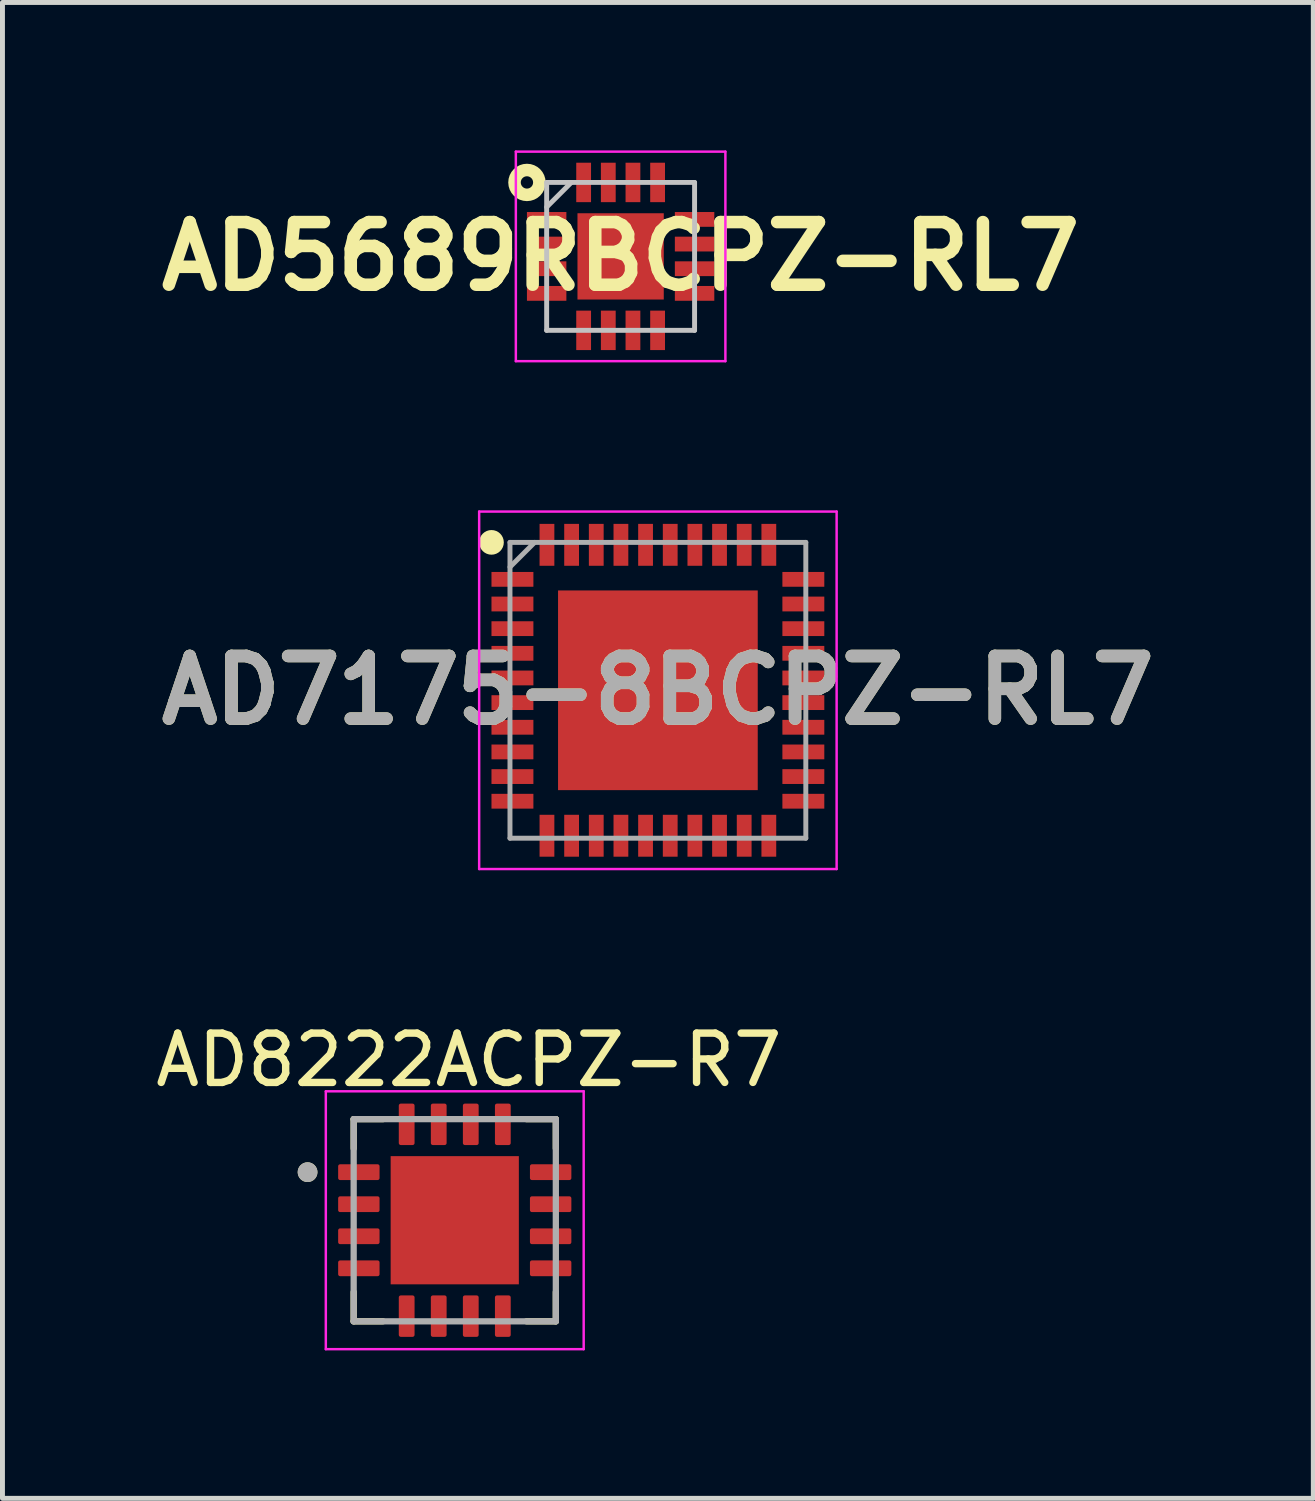
<source format=kicad_pcb>
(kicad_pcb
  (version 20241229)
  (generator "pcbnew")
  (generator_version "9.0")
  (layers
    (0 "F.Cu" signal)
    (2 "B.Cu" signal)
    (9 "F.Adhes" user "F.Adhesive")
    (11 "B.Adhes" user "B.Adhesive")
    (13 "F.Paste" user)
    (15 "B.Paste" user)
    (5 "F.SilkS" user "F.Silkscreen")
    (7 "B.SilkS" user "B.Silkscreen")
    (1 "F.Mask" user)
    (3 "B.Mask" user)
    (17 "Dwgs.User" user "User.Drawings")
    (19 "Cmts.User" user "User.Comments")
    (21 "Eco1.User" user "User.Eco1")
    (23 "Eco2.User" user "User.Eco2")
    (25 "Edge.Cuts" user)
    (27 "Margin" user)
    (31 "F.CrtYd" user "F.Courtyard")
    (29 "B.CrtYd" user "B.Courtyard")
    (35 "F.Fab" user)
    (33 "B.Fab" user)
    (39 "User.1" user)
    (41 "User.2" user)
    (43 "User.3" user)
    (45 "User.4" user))
  (footprint "AD8222ACPZ-R7"
    (layer "F.Cu")
    (at 6.173 21.698)
    (property "Reference" "AD8222ACPZ-R7" (at 0.285 -3.25 0) (layer "F.SilkS") (effects (font (size 1 1) (thickness 0.15))))
    (attr smd)
    (fp_line (start -2.05 -2.05) (end -2.05 -1.455) (stroke (width 0.127) (type solid)) (layer "F.SilkS"))
    (fp_line (start -2.05 -2.05) (end -1.455 -2.05) (stroke (width 0.127) (type solid)) (layer "F.SilkS"))
    (fp_line (start -2.05 2.05) (end -2.05 1.455) (stroke (width 0.127) (type solid)) (layer "F.SilkS"))
    (fp_line (start -2.05 2.05) (end -1.455 2.05) (stroke (width 0.127) (type solid)) (layer "F.SilkS"))
    (fp_line (start 2.05 -2.05) (end 1.455 -2.05) (stroke (width 0.127) (type solid)) (layer "F.SilkS"))
    (fp_line (start 2.05 -2.05) (end 2.05 -1.455) (stroke (width 0.127) (type solid)) (layer "F.SilkS"))
    (fp_line (start 2.05 2.05) (end 1.455 2.05) (stroke (width 0.127) (type solid)) (layer "F.SilkS"))
    (fp_line (start 2.05 2.05) (end 2.05 1.455) (stroke (width 0.127) (type solid)) (layer "F.SilkS"))
    (fp_circle (center -2.985 -0.975) (end -2.885 -0.975) (stroke (width 0.2) (type solid)) (fill no) (layer "F.SilkS"))
    (fp_poly (pts (xy -0.82 -0.82) (xy 0.82 -0.82) (xy 0.82 0.82) (xy -0.82 0.82)) (stroke (width 0.01) (type solid)) (fill yes) (layer "F.Paste"))
    (fp_line (start -2.615 -2.615) (end 2.615 -2.615) (stroke (width 0.05) (type solid)) (layer "F.CrtYd"))
    (fp_line (start -2.615 2.615) (end -2.615 -2.615) (stroke (width 0.05) (type solid)) (layer "F.CrtYd"))
    (fp_line (start -2.615 2.615) (end 2.615 2.615) (stroke (width 0.05) (type solid)) (layer "F.CrtYd"))
    (fp_line (start 2.615 2.615) (end 2.615 -2.615) (stroke (width 0.05) (type solid)) (layer "F.CrtYd"))
    (fp_line (start -2.05 2.05) (end -2.05 -2.05) (stroke (width 0.127) (type solid)) (layer "F.Fab"))
    (fp_line (start 2.05 -2.05) (end -2.05 -2.05) (stroke (width 0.127) (type solid)) (layer "F.Fab"))
    (fp_line (start 2.05 2.05) (end -2.05 2.05) (stroke (width 0.127) (type solid)) (layer "F.Fab"))
    (fp_line (start 2.05 2.05) (end 2.05 -2.05) (stroke (width 0.127) (type solid)) (layer "F.Fab"))
    (fp_circle (center -2.985 -0.975) (end -2.885 -0.975) (stroke (width 0.2) (type solid)) (fill no) (layer "F.Fab"))
    (pad "1" smd roundrect (at -1.945 -0.975) (size 0.84 0.32) (layers "F.Cu" "F.Mask" "F.Paste") (roundrect_rratio 0.125))
    (pad "2" smd roundrect (at -1.945 -0.325) (size 0.84 0.32) (layers "F.Cu" "F.Mask" "F.Paste") (roundrect_rratio 0.125))
    (pad "3" smd roundrect (at -1.945 0.325) (size 0.84 0.32) (layers "F.Cu" "F.Mask" "F.Paste") (roundrect_rratio 0.125))
    (pad "4" smd roundrect (at -1.945 0.975) (size 0.84 0.32) (layers "F.Cu" "F.Mask" "F.Paste") (roundrect_rratio 0.125))
    (pad "5" smd roundrect (at -0.975 1.945) (size 0.32 0.84) (layers "F.Cu" "F.Mask" "F.Paste") (roundrect_rratio 0.125))
    (pad "6" smd roundrect (at -0.325 1.945) (size 0.32 0.84) (layers "F.Cu" "F.Mask" "F.Paste") (roundrect_rratio 0.125))
    (pad "7" smd roundrect (at 0.325 1.945) (size 0.32 0.84) (layers "F.Cu" "F.Mask" "F.Paste") (roundrect_rratio 0.125))
    (pad "8" smd roundrect (at 0.975 1.945) (size 0.32 0.84) (layers "F.Cu" "F.Mask" "F.Paste") (roundrect_rratio 0.125))
    (pad "9" smd roundrect (at 1.945 0.975) (size 0.84 0.32) (layers "F.Cu" "F.Mask" "F.Paste") (roundrect_rratio 0.125))
    (pad "10" smd roundrect (at 1.945 0.325) (size 0.84 0.32) (layers "F.Cu" "F.Mask" "F.Paste") (roundrect_rratio 0.125))
    (pad "11" smd roundrect (at 1.945 -0.325) (size 0.84 0.32) (layers "F.Cu" "F.Mask" "F.Paste") (roundrect_rratio 0.125))
    (pad "12" smd roundrect (at 1.945 -0.975) (size 0.84 0.32) (layers "F.Cu" "F.Mask" "F.Paste") (roundrect_rratio 0.125))
    (pad "13" smd roundrect (at 0.975 -1.945) (size 0.32 0.84) (layers "F.Cu" "F.Mask" "F.Paste") (roundrect_rratio 0.125))
    (pad "14" smd roundrect (at 0.325 -1.945) (size 0.32 0.84) (layers "F.Cu" "F.Mask" "F.Paste") (roundrect_rratio 0.125))
    (pad "15" smd roundrect (at -0.325 -1.945) (size 0.32 0.84) (layers "F.Cu" "F.Mask" "F.Paste") (roundrect_rratio 0.125))
    (pad "16" smd roundrect (at -0.975 -1.945) (size 0.32 0.84) (layers "F.Cu" "F.Mask" "F.Paste") (roundrect_rratio 0.125))
    (pad "17" smd rect (at 0 0) (size 2.6 2.6) (layers "F.Cu" "F.Mask")))
  (footprint "AD5689RBCPZ-RL7"
    (layer "F.Cu")
    (at 9.537 2.15)
    (property "Reference" "AD5689RBCPZ-RL7" (at 0 0 0) (layer "F.SilkS") (effects (font (size 1.27 1.27) (thickness 0.254))))
    (attr smd)
    (fp_circle (center -1.9 -1.5) (end -1.775 -1.5) (stroke (width 0.254) (type solid)) (fill no) (layer "F.SilkS"))
    (fp_line (start -1.5 -1.5) (end 1.5 -1.5) (stroke (width 0.1) (type solid)) (layer "Dwgs.User"))
    (fp_line (start -1.5 -1) (end -1 -1.5) (stroke (width 0.1) (type solid)) (layer "Dwgs.User"))
    (fp_line (start -1.5 1.5) (end -1.5 -1.5) (stroke (width 0.1) (type solid)) (layer "Dwgs.User"))
    (fp_line (start 1.5 -1.5) (end 1.5 1.5) (stroke (width 0.1) (type solid)) (layer "Dwgs.User"))
    (fp_line (start 1.5 1.5) (end -1.5 1.5) (stroke (width 0.1) (type solid)) (layer "Dwgs.User"))
    (fp_line (start -2.125 -2.125) (end 2.125 -2.125) (stroke (width 0.05) (type solid)) (layer "F.CrtYd"))
    (fp_line (start -2.125 2.125) (end -2.125 -2.125) (stroke (width 0.05) (type solid)) (layer "F.CrtYd"))
    (fp_line (start 2.125 -2.125) (end 2.125 2.125) (stroke (width 0.05) (type solid)) (layer "F.CrtYd"))
    (fp_line (start 2.125 2.125) (end -2.125 2.125) (stroke (width 0.05) (type solid)) (layer "F.CrtYd"))
    (pad "1" smd rect (at -1.5 -0.75 90) (size 0.3 0.8) (layers "F.Cu" "F.Mask" "F.Paste"))
    (pad "2" smd rect (at -1.5 -0.25 90) (size 0.3 0.8) (layers "F.Cu" "F.Mask" "F.Paste"))
    (pad "3" smd rect (at -1.5 0.25 90) (size 0.3 0.8) (layers "F.Cu" "F.Mask" "F.Paste"))
    (pad "4" smd rect (at -1.5 0.75 90) (size 0.3 0.8) (layers "F.Cu" "F.Mask" "F.Paste"))
    (pad "5" smd rect (at -0.75 1.5) (size 0.3 0.8) (layers "F.Cu" "F.Mask" "F.Paste"))
    (pad "6" smd rect (at -0.25 1.5) (size 0.3 0.8) (layers "F.Cu" "F.Mask" "F.Paste"))
    (pad "7" smd rect (at 0.25 1.5) (size 0.3 0.8) (layers "F.Cu" "F.Mask" "F.Paste"))
    (pad "8" smd rect (at 0.75 1.5) (size 0.3 0.8) (layers "F.Cu" "F.Mask" "F.Paste"))
    (pad "9" smd rect (at 1.5 0.75 90) (size 0.3 0.8) (layers "F.Cu" "F.Mask" "F.Paste"))
    (pad "10" smd rect (at 1.5 0.25 90) (size 0.3 0.8) (layers "F.Cu" "F.Mask" "F.Paste"))
    (pad "11" smd rect (at 1.5 -0.25 90) (size 0.3 0.8) (layers "F.Cu" "F.Mask" "F.Paste"))
    (pad "12" smd rect (at 1.5 -0.75 90) (size 0.3 0.8) (layers "F.Cu" "F.Mask" "F.Paste"))
    (pad "13" smd rect (at 0.75 -1.5) (size 0.3 0.8) (layers "F.Cu" "F.Mask" "F.Paste"))
    (pad "14" smd rect (at 0.25 -1.5) (size 0.3 0.8) (layers "F.Cu" "F.Mask" "F.Paste"))
    (pad "15" smd rect (at -0.25 -1.5) (size 0.3 0.8) (layers "F.Cu" "F.Mask" "F.Paste"))
    (pad "16" smd rect (at -0.75 -1.5) (size 0.3 0.8) (layers "F.Cu" "F.Mask" "F.Paste"))
    (pad "17" smd rect (at 0 0) (size 1.75 1.75) (layers "F.Cu" "F.Mask" "F.Paste")))
  (footprint "AD7175-8BCPZ-RL7"
    (layer "F.Cu")
    (at 10.293 10.95)
    (property "Reference" "AD7175-8BCPZ-RL7" (at 0 0 0) (layer "F.SilkS") (effects (font (size 1.27 1.27) (thickness 0.254))))
    (attr smd)
    (fp_circle (center -3.375 -3) (end -3.375 -2.875) (stroke (width 0.25) (type solid)) (fill no) (layer "F.SilkS"))
    (fp_line (start -3.625 -3.625) (end 3.625 -3.625) (stroke (width 0.05) (type solid)) (layer "F.CrtYd"))
    (fp_line (start -3.625 3.625) (end -3.625 -3.625) (stroke (width 0.05) (type solid)) (layer "F.CrtYd"))
    (fp_line (start 3.625 -3.625) (end 3.625 3.625) (stroke (width 0.05) (type solid)) (layer "F.CrtYd"))
    (fp_line (start 3.625 3.625) (end -3.625 3.625) (stroke (width 0.05) (type solid)) (layer "F.CrtYd"))
    (fp_line (start -3 -3) (end 3 -3) (stroke (width 0.1) (type solid)) (layer "F.Fab"))
    (fp_line (start -3 -2.5) (end -2.5 -3) (stroke (width 0.1) (type solid)) (layer "F.Fab"))
    (fp_line (start -3 3) (end -3 -3) (stroke (width 0.1) (type solid)) (layer "F.Fab"))
    (fp_line (start 3 -3) (end 3 3) (stroke (width 0.1) (type solid)) (layer "F.Fab"))
    (fp_line (start 3 3) (end -3 3) (stroke (width 0.1) (type solid)) (layer "F.Fab"))
    (fp_text user "${REFERENCE}" (at 0 0 0) (layer "F.Fab") (effects (font (size 1.27 1.27) (thickness 0.254))))
    (pad "1" smd rect (at -2.95 -2.25 90) (size 0.3 0.85) (layers "F.Cu" "F.Mask" "F.Paste"))
    (pad "2" smd rect (at -2.95 -1.75 90) (size 0.3 0.85) (layers "F.Cu" "F.Mask" "F.Paste"))
    (pad "3" smd rect (at -2.95 -1.25 90) (size 0.3 0.85) (layers "F.Cu" "F.Mask" "F.Paste"))
    (pad "4" smd rect (at -2.95 -0.75 90) (size 0.3 0.85) (layers "F.Cu" "F.Mask" "F.Paste"))
    (pad "5" smd rect (at -2.95 -0.25 90) (size 0.3 0.85) (layers "F.Cu" "F.Mask" "F.Paste"))
    (pad "6" smd rect (at -2.95 0.25 90) (size 0.3 0.85) (layers "F.Cu" "F.Mask" "F.Paste"))
    (pad "7" smd rect (at -2.95 0.75 90) (size 0.3 0.85) (layers "F.Cu" "F.Mask" "F.Paste"))
    (pad "8" smd rect (at -2.95 1.25 90) (size 0.3 0.85) (layers "F.Cu" "F.Mask" "F.Paste"))
    (pad "9" smd rect (at -2.95 1.75 90) (size 0.3 0.85) (layers "F.Cu" "F.Mask" "F.Paste"))
    (pad "10" smd rect (at -2.95 2.25 90) (size 0.3 0.85) (layers "F.Cu" "F.Mask" "F.Paste"))
    (pad "11" smd rect (at -2.25 2.95) (size 0.3 0.85) (layers "F.Cu" "F.Mask" "F.Paste"))
    (pad "12" smd rect (at -1.75 2.95) (size 0.3 0.85) (layers "F.Cu" "F.Mask" "F.Paste"))
    (pad "13" smd rect (at -1.25 2.95) (size 0.3 0.85) (layers "F.Cu" "F.Mask" "F.Paste"))
    (pad "14" smd rect (at -0.75 2.95) (size 0.3 0.85) (layers "F.Cu" "F.Mask" "F.Paste"))
    (pad "15" smd rect (at -0.25 2.95) (size 0.3 0.85) (layers "F.Cu" "F.Mask" "F.Paste"))
    (pad "16" smd rect (at 0.25 2.95) (size 0.3 0.85) (layers "F.Cu" "F.Mask" "F.Paste"))
    (pad "17" smd rect (at 0.75 2.95) (size 0.3 0.85) (layers "F.Cu" "F.Mask" "F.Paste"))
    (pad "18" smd rect (at 1.25 2.95) (size 0.3 0.85) (layers "F.Cu" "F.Mask" "F.Paste"))
    (pad "19" smd rect (at 1.75 2.95) (size 0.3 0.85) (layers "F.Cu" "F.Mask" "F.Paste"))
    (pad "20" smd rect (at 2.25 2.95) (size 0.3 0.85) (layers "F.Cu" "F.Mask" "F.Paste"))
    (pad "21" smd rect (at 2.95 2.25 90) (size 0.3 0.85) (layers "F.Cu" "F.Mask" "F.Paste"))
    (pad "22" smd rect (at 2.95 1.75 90) (size 0.3 0.85) (layers "F.Cu" "F.Mask" "F.Paste"))
    (pad "23" smd rect (at 2.95 1.25 90) (size 0.3 0.85) (layers "F.Cu" "F.Mask" "F.Paste"))
    (pad "24" smd rect (at 2.95 0.75 90) (size 0.3 0.85) (layers "F.Cu" "F.Mask" "F.Paste"))
    (pad "25" smd rect (at 2.95 0.25 90) (size 0.3 0.85) (layers "F.Cu" "F.Mask" "F.Paste"))
    (pad "26" smd rect (at 2.95 -0.25 90) (size 0.3 0.85) (layers "F.Cu" "F.Mask" "F.Paste"))
    (pad "27" smd rect (at 2.95 -0.75 90) (size 0.3 0.85) (layers "F.Cu" "F.Mask" "F.Paste"))
    (pad "28" smd rect (at 2.95 -1.25 90) (size 0.3 0.85) (layers "F.Cu" "F.Mask" "F.Paste"))
    (pad "29" smd rect (at 2.95 -1.75 90) (size 0.3 0.85) (layers "F.Cu" "F.Mask" "F.Paste"))
    (pad "30" smd rect (at 2.95 -2.25 90) (size 0.3 0.85) (layers "F.Cu" "F.Mask" "F.Paste"))
    (pad "31" smd rect (at 2.25 -2.95) (size 0.3 0.85) (layers "F.Cu" "F.Mask" "F.Paste"))
    (pad "32" smd rect (at 1.75 -2.95) (size 0.3 0.85) (layers "F.Cu" "F.Mask" "F.Paste"))
    (pad "33" smd rect (at 1.25 -2.95) (size 0.3 0.85) (layers "F.Cu" "F.Mask" "F.Paste"))
    (pad "34" smd rect (at 0.75 -2.95) (size 0.3 0.85) (layers "F.Cu" "F.Mask" "F.Paste"))
    (pad "35" smd rect (at 0.25 -2.95) (size 0.3 0.85) (layers "F.Cu" "F.Mask" "F.Paste"))
    (pad "36" smd rect (at -0.25 -2.95) (size 0.3 0.85) (layers "F.Cu" "F.Mask" "F.Paste"))
    (pad "37" smd rect (at -0.75 -2.95) (size 0.3 0.85) (layers "F.Cu" "F.Mask" "F.Paste"))
    (pad "38" smd rect (at -1.25 -2.95) (size 0.3 0.85) (layers "F.Cu" "F.Mask" "F.Paste"))
    (pad "39" smd rect (at -1.75 -2.95) (size 0.3 0.85) (layers "F.Cu" "F.Mask" "F.Paste"))
    (pad "40" smd rect (at -2.25 -2.95) (size 0.3 0.85) (layers "F.Cu" "F.Mask" "F.Paste"))
    (pad "41" smd rect (at 0 0) (size 4.05 4.05) (layers "F.Cu" "F.Mask" "F.Paste")))
  (gr_rect
    (start -3 -3)
    (end 23.586 27.338)
    (stroke (width 0.1) (type default))
    (fill no)
    (layer "Edge.Cuts")))
</source>
